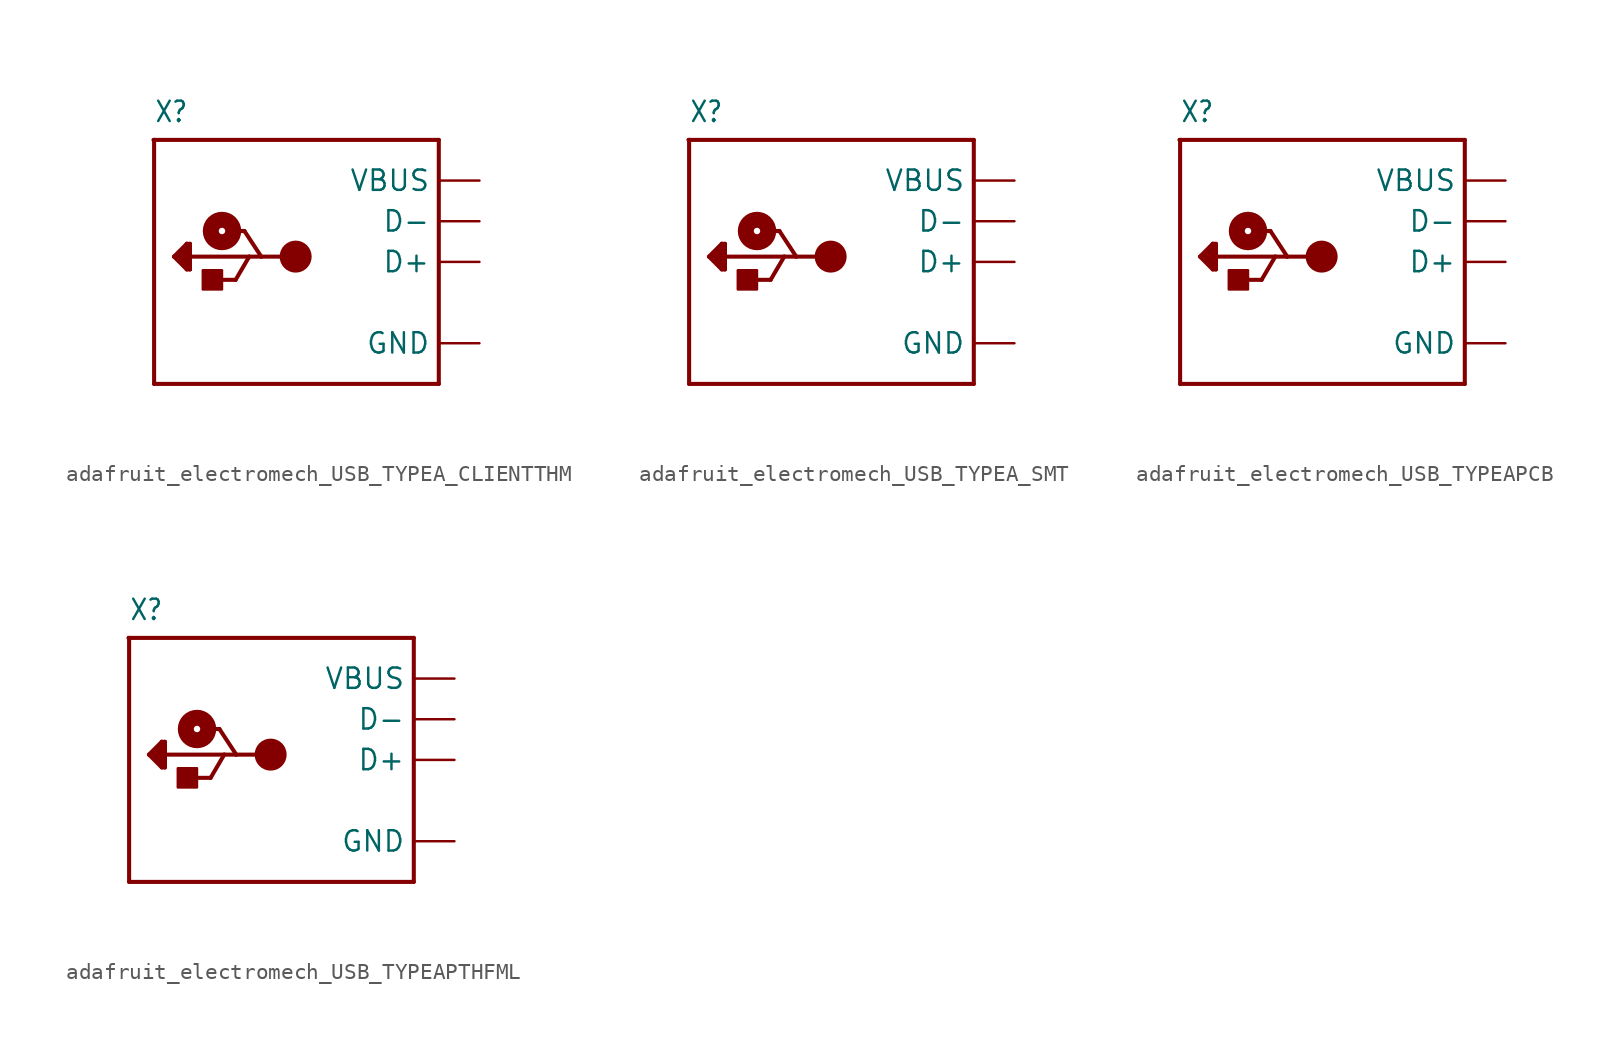
<source format=kicad_sym>
(kicad_symbol_lib
  (version 20231120)
  (generator "kicad_symbol_editor")
  (generator_version "8.0")
  (symbol "adafruit_electromech_USB_TYPEA_CLIENTTHM"
    (property "Reference" "X"
      (at -10.16 8.636 0)
      (effects (font (size 1.27 1.079)) (justify left bottom)))
    (property "Value" ""
      (at -10.16 -10.16 0)
      (effects (font (size 1.27 1.079)) (justify left bottom)))
    (property "ki_locked" ""
      (at 0 0 0)
      (effects (font (size 1.27 1.27))))
    (symbol "adafruit_electromech_USB_TYPEA_CLIENTTHM_1_0"
      (rectangle (start -7.12 -1.72) (end -5.92 -0.52) (stroke (width 0) (type default)) (fill (type outline)))
      (circle (center -5.92 1.93) (radius 0.2) (stroke (width 1) (type solid)) (fill (type none)))
      (circle (center -1.32 0.33) (radius 0.5) (stroke (width 1) (type solid)) (fill (type none)))
      (polyline (pts (xy -10.2 7.62) (xy -10.16 7.62)) (stroke (width 0.254) (type solid)) (fill (type none)))
      (polyline (pts (xy -10.16 -7.62) (xy 7.62 -7.62)) (stroke (width 0.254) (type solid)) (fill (type none)))
      (polyline (pts (xy -10.16 7.62) (xy -10.16 -7.62)) (stroke (width 0.254) (type solid)) (fill (type none)))
      (polyline (pts (xy -10.16 7.62) (xy 7.62 7.62)) (stroke (width 0.254) (type solid)) (fill (type none)))
      (polyline (pts (xy -8.92 0.33) (xy -8.12 1.13)) (stroke (width 0.254) (type solid)) (fill (type none)))
      (polyline (pts (xy -8.52 0.13) (xy -8.32 -0.07)) (stroke (width 0.254) (type solid)) (fill (type none)))
      (polyline (pts (xy -8.52 0.33) (xy -8.52 0.13)) (stroke (width 0.254) (type solid)) (fill (type none)))
      (polyline (pts (xy -8.32 -0.07) (xy -8.32 0.73)) (stroke (width 0.254) (type solid)) (fill (type none)))
      (polyline (pts (xy -8.32 0.73) (xy -8.72 0.33)) (stroke (width 0.254) (type solid)) (fill (type none)))
      (polyline (pts (xy -8.12 -0.47) (xy -8.92 0.33)) (stroke (width 0.254) (type solid)) (fill (type none)))
      (polyline (pts (xy -8.12 -0.27) (xy -8.12 1.13)) (stroke (width 0.254) (type solid)) (fill (type none)))
      (polyline (pts (xy -8.12 1.13) (xy -7.92 1.13)) (stroke (width 0.254) (type solid)) (fill (type none)))
      (polyline (pts (xy -7.92 -0.47) (xy -8.12 -0.47)) (stroke (width 0.254) (type solid)) (fill (type none)))
      (polyline (pts (xy -7.92 0.33) (xy -7.92 -0.47)) (stroke (width 0.254) (type solid)) (fill (type none)))
      (polyline (pts (xy -7.92 1.13) (xy -7.92 0.33)) (stroke (width 0.254) (type solid)) (fill (type none)))
      (polyline (pts (xy -6.27 -1.12) (xy -5.07 -1.12)) (stroke (width 0.254) (type solid)) (fill (type none)))
      (polyline (pts (xy -5.52 1.93) (xy -4.52 1.93)) (stroke (width 0.254) (type solid)) (fill (type none)))
      (polyline (pts (xy -5.07 -1.12) (xy -4.22 0.33)) (stroke (width 0.254) (type solid)) (fill (type none)))
      (polyline (pts (xy -4.52 1.93) (xy -3.47 0.33)) (stroke (width 0.254) (type solid)) (fill (type none)))
      (polyline (pts (xy -4.22 0.33) (xy -7.92 0.33)) (stroke (width 0.254) (type solid)) (fill (type none)))
      (polyline (pts (xy -3.47 0.33) (xy -4.22 0.33)) (stroke (width 0.254) (type solid)) (fill (type none)))
      (polyline (pts (xy -1.32 0.33) (xy -3.47 0.33)) (stroke (width 0.254) (type solid)) (fill (type none)))
      (polyline (pts (xy 7.62 7.62) (xy 7.62 -7.62)) (stroke (width 0.254) (type solid)) (fill (type none)))
      (pin bidirectional line (at 10.16 0 180) (length 2.54) (name "D+" (effects (font (size 1.27 1.27)))) (number "D+" (effects (font (size 0 0)))))
      (pin bidirectional line (at 10.16 2.54 180) (length 2.54) (name "D-" (effects (font (size 1.27 1.27)))) (number "D-" (effects (font (size 0 0)))))
      (pin power_in line (at 10.16 -5.08 180) (length 2.54) (name "GND" (effects (font (size 1.27 1.27)))) (number "GND" (effects (font (size 0 0)))))
      (pin power_in line (at 10.16 5.08 180) (length 2.54) (name "VBUS" (effects (font (size 1.27 1.27)))) (number "VBUS" (effects (font (size 0 0)))))))
  (symbol "adafruit_electromech_USB_TYPEA_SMT"
    (property "Reference" "X"
      (at -10.16 8.636 0)
      (effects (font (size 1.27 1.079)) (justify left bottom)))
    (property "Value" ""
      (at -10.16 -10.16 0)
      (effects (font (size 1.27 1.079)) (justify left bottom)))
    (property "ki_locked" ""
      (at 0 0 0)
      (effects (font (size 1.27 1.27))))
    (symbol "adafruit_electromech_USB_TYPEA_SMT_1_0"
      (rectangle (start -7.12 -1.72) (end -5.92 -0.52) (stroke (width 0) (type default)) (fill (type outline)))
      (circle (center -5.92 1.93) (radius 0.2) (stroke (width 1) (type solid)) (fill (type none)))
      (circle (center -1.32 0.33) (radius 0.5) (stroke (width 1) (type solid)) (fill (type none)))
      (polyline (pts (xy -10.2 7.62) (xy -10.16 7.62)) (stroke (width 0.254) (type solid)) (fill (type none)))
      (polyline (pts (xy -10.16 -7.62) (xy 7.62 -7.62)) (stroke (width 0.254) (type solid)) (fill (type none)))
      (polyline (pts (xy -10.16 7.62) (xy -10.16 -7.62)) (stroke (width 0.254) (type solid)) (fill (type none)))
      (polyline (pts (xy -10.16 7.62) (xy 7.62 7.62)) (stroke (width 0.254) (type solid)) (fill (type none)))
      (polyline (pts (xy -8.92 0.33) (xy -8.12 1.13)) (stroke (width 0.254) (type solid)) (fill (type none)))
      (polyline (pts (xy -8.52 0.13) (xy -8.32 -0.07)) (stroke (width 0.254) (type solid)) (fill (type none)))
      (polyline (pts (xy -8.52 0.33) (xy -8.52 0.13)) (stroke (width 0.254) (type solid)) (fill (type none)))
      (polyline (pts (xy -8.32 -0.07) (xy -8.32 0.73)) (stroke (width 0.254) (type solid)) (fill (type none)))
      (polyline (pts (xy -8.32 0.73) (xy -8.72 0.33)) (stroke (width 0.254) (type solid)) (fill (type none)))
      (polyline (pts (xy -8.12 -0.47) (xy -8.92 0.33)) (stroke (width 0.254) (type solid)) (fill (type none)))
      (polyline (pts (xy -8.12 -0.27) (xy -8.12 1.13)) (stroke (width 0.254) (type solid)) (fill (type none)))
      (polyline (pts (xy -8.12 1.13) (xy -7.92 1.13)) (stroke (width 0.254) (type solid)) (fill (type none)))
      (polyline (pts (xy -7.92 -0.47) (xy -8.12 -0.47)) (stroke (width 0.254) (type solid)) (fill (type none)))
      (polyline (pts (xy -7.92 0.33) (xy -7.92 -0.47)) (stroke (width 0.254) (type solid)) (fill (type none)))
      (polyline (pts (xy -7.92 1.13) (xy -7.92 0.33)) (stroke (width 0.254) (type solid)) (fill (type none)))
      (polyline (pts (xy -6.27 -1.12) (xy -5.07 -1.12)) (stroke (width 0.254) (type solid)) (fill (type none)))
      (polyline (pts (xy -5.52 1.93) (xy -4.52 1.93)) (stroke (width 0.254) (type solid)) (fill (type none)))
      (polyline (pts (xy -5.07 -1.12) (xy -4.22 0.33)) (stroke (width 0.254) (type solid)) (fill (type none)))
      (polyline (pts (xy -4.52 1.93) (xy -3.47 0.33)) (stroke (width 0.254) (type solid)) (fill (type none)))
      (polyline (pts (xy -4.22 0.33) (xy -7.92 0.33)) (stroke (width 0.254) (type solid)) (fill (type none)))
      (polyline (pts (xy -3.47 0.33) (xy -4.22 0.33)) (stroke (width 0.254) (type solid)) (fill (type none)))
      (polyline (pts (xy -1.32 0.33) (xy -3.47 0.33)) (stroke (width 0.254) (type solid)) (fill (type none)))
      (polyline (pts (xy 7.62 7.62) (xy 7.62 -7.62)) (stroke (width 0.254) (type solid)) (fill (type none)))
      (pin bidirectional line (at 10.16 0 180) (length 2.54) (name "D+" (effects (font (size 1.27 1.27)))) (number "D+" (effects (font (size 0 0)))))
      (pin bidirectional line (at 10.16 2.54 180) (length 2.54) (name "D-" (effects (font (size 1.27 1.27)))) (number "D-" (effects (font (size 0 0)))))
      (pin power_in line (at 10.16 -5.08 180) (length 2.54) (name "GND" (effects (font (size 1.27 1.27)))) (number "GND" (effects (font (size 0 0)))))
      (pin power_in line (at 10.16 5.08 180) (length 2.54) (name "VBUS" (effects (font (size 1.27 1.27)))) (number "VBUS" (effects (font (size 0 0)))))))
  (symbol "adafruit_electromech_USB_TYPEAPCB"
    (property "Reference" "X"
      (at -10.16 8.636 0)
      (effects (font (size 1.27 1.079)) (justify left bottom)))
    (property "Value" ""
      (at -10.16 -10.16 0)
      (effects (font (size 1.27 1.079)) (justify left bottom)))
    (property "ki_locked" ""
      (at 0 0 0)
      (effects (font (size 1.27 1.27))))
    (symbol "adafruit_electromech_USB_TYPEAPCB_1_0"
      (rectangle (start -7.12 -1.72) (end -5.92 -0.52) (stroke (width 0) (type default)) (fill (type outline)))
      (circle (center -5.92 1.93) (radius 0.2) (stroke (width 1) (type solid)) (fill (type none)))
      (circle (center -1.32 0.33) (radius 0.5) (stroke (width 1) (type solid)) (fill (type none)))
      (polyline (pts (xy -10.2 7.62) (xy -10.16 7.62)) (stroke (width 0.254) (type solid)) (fill (type none)))
      (polyline (pts (xy -10.16 -7.62) (xy 7.62 -7.62)) (stroke (width 0.254) (type solid)) (fill (type none)))
      (polyline (pts (xy -10.16 7.62) (xy -10.16 -7.62)) (stroke (width 0.254) (type solid)) (fill (type none)))
      (polyline (pts (xy -10.16 7.62) (xy 7.62 7.62)) (stroke (width 0.254) (type solid)) (fill (type none)))
      (polyline (pts (xy -8.92 0.33) (xy -8.12 1.13)) (stroke (width 0.254) (type solid)) (fill (type none)))
      (polyline (pts (xy -8.52 0.13) (xy -8.32 -0.07)) (stroke (width 0.254) (type solid)) (fill (type none)))
      (polyline (pts (xy -8.52 0.33) (xy -8.52 0.13)) (stroke (width 0.254) (type solid)) (fill (type none)))
      (polyline (pts (xy -8.32 -0.07) (xy -8.32 0.73)) (stroke (width 0.254) (type solid)) (fill (type none)))
      (polyline (pts (xy -8.32 0.73) (xy -8.72 0.33)) (stroke (width 0.254) (type solid)) (fill (type none)))
      (polyline (pts (xy -8.12 -0.47) (xy -8.92 0.33)) (stroke (width 0.254) (type solid)) (fill (type none)))
      (polyline (pts (xy -8.12 -0.27) (xy -8.12 1.13)) (stroke (width 0.254) (type solid)) (fill (type none)))
      (polyline (pts (xy -8.12 1.13) (xy -7.92 1.13)) (stroke (width 0.254) (type solid)) (fill (type none)))
      (polyline (pts (xy -7.92 -0.47) (xy -8.12 -0.47)) (stroke (width 0.254) (type solid)) (fill (type none)))
      (polyline (pts (xy -7.92 0.33) (xy -7.92 -0.47)) (stroke (width 0.254) (type solid)) (fill (type none)))
      (polyline (pts (xy -7.92 1.13) (xy -7.92 0.33)) (stroke (width 0.254) (type solid)) (fill (type none)))
      (polyline (pts (xy -6.27 -1.12) (xy -5.07 -1.12)) (stroke (width 0.254) (type solid)) (fill (type none)))
      (polyline (pts (xy -5.52 1.93) (xy -4.52 1.93)) (stroke (width 0.254) (type solid)) (fill (type none)))
      (polyline (pts (xy -5.07 -1.12) (xy -4.22 0.33)) (stroke (width 0.254) (type solid)) (fill (type none)))
      (polyline (pts (xy -4.52 1.93) (xy -3.47 0.33)) (stroke (width 0.254) (type solid)) (fill (type none)))
      (polyline (pts (xy -4.22 0.33) (xy -7.92 0.33)) (stroke (width 0.254) (type solid)) (fill (type none)))
      (polyline (pts (xy -3.47 0.33) (xy -4.22 0.33)) (stroke (width 0.254) (type solid)) (fill (type none)))
      (polyline (pts (xy -1.32 0.33) (xy -3.47 0.33)) (stroke (width 0.254) (type solid)) (fill (type none)))
      (polyline (pts (xy 7.62 7.62) (xy 7.62 -7.62)) (stroke (width 0.254) (type solid)) (fill (type none)))
      (pin power_in line (at 10.16 -5.08 180) (length 2.54) (name "GND" (effects (font (size 1.27 1.27)))) (number "GND" (effects (font (size 0 0)))))
      (pin bidirectional line (at 10.16 2.54 180) (length 2.54) (name "D-" (effects (font (size 1.27 1.27)))) (number "USB_NEG" (effects (font (size 0 0)))))
      (pin bidirectional line (at 10.16 0 180) (length 2.54) (name "D+" (effects (font (size 1.27 1.27)))) (number "USB_PLUS" (effects (font (size 0 0)))))
      (pin power_in line (at 10.16 5.08 180) (length 2.54) (name "VBUS" (effects (font (size 1.27 1.27)))) (number "VCC" (effects (font (size 0 0)))))))
  (symbol "adafruit_electromech_USB_TYPEAPTHFML"
    (property "Reference" "X"
      (at -10.16 8.636 0)
      (effects (font (size 1.27 1.079)) (justify left bottom)))
    (property "Value" ""
      (at -10.16 -10.16 0)
      (effects (font (size 1.27 1.079)) (justify left bottom)))
    (property "ki_locked" ""
      (at 0 0 0)
      (effects (font (size 1.27 1.27))))
    (symbol "adafruit_electromech_USB_TYPEAPTHFML_1_0"
      (rectangle (start -7.12 -1.72) (end -5.92 -0.52) (stroke (width 0) (type default)) (fill (type outline)))
      (circle (center -5.92 1.93) (radius 0.2) (stroke (width 1) (type solid)) (fill (type none)))
      (circle (center -1.32 0.33) (radius 0.5) (stroke (width 1) (type solid)) (fill (type none)))
      (polyline (pts (xy -10.2 7.62) (xy -10.16 7.62)) (stroke (width 0.254) (type solid)) (fill (type none)))
      (polyline (pts (xy -10.16 -7.62) (xy 7.62 -7.62)) (stroke (width 0.254) (type solid)) (fill (type none)))
      (polyline (pts (xy -10.16 7.62) (xy -10.16 -7.62)) (stroke (width 0.254) (type solid)) (fill (type none)))
      (polyline (pts (xy -10.16 7.62) (xy 7.62 7.62)) (stroke (width 0.254) (type solid)) (fill (type none)))
      (polyline (pts (xy -8.92 0.33) (xy -8.12 1.13)) (stroke (width 0.254) (type solid)) (fill (type none)))
      (polyline (pts (xy -8.52 0.13) (xy -8.32 -0.07)) (stroke (width 0.254) (type solid)) (fill (type none)))
      (polyline (pts (xy -8.52 0.33) (xy -8.52 0.13)) (stroke (width 0.254) (type solid)) (fill (type none)))
      (polyline (pts (xy -8.32 -0.07) (xy -8.32 0.73)) (stroke (width 0.254) (type solid)) (fill (type none)))
      (polyline (pts (xy -8.32 0.73) (xy -8.72 0.33)) (stroke (width 0.254) (type solid)) (fill (type none)))
      (polyline (pts (xy -8.12 -0.47) (xy -8.92 0.33)) (stroke (width 0.254) (type solid)) (fill (type none)))
      (polyline (pts (xy -8.12 -0.27) (xy -8.12 1.13)) (stroke (width 0.254) (type solid)) (fill (type none)))
      (polyline (pts (xy -8.12 1.13) (xy -7.92 1.13)) (stroke (width 0.254) (type solid)) (fill (type none)))
      (polyline (pts (xy -7.92 -0.47) (xy -8.12 -0.47)) (stroke (width 0.254) (type solid)) (fill (type none)))
      (polyline (pts (xy -7.92 0.33) (xy -7.92 -0.47)) (stroke (width 0.254) (type solid)) (fill (type none)))
      (polyline (pts (xy -7.92 1.13) (xy -7.92 0.33)) (stroke (width 0.254) (type solid)) (fill (type none)))
      (polyline (pts (xy -6.27 -1.12) (xy -5.07 -1.12)) (stroke (width 0.254) (type solid)) (fill (type none)))
      (polyline (pts (xy -5.52 1.93) (xy -4.52 1.93)) (stroke (width 0.254) (type solid)) (fill (type none)))
      (polyline (pts (xy -5.07 -1.12) (xy -4.22 0.33)) (stroke (width 0.254) (type solid)) (fill (type none)))
      (polyline (pts (xy -4.52 1.93) (xy -3.47 0.33)) (stroke (width 0.254) (type solid)) (fill (type none)))
      (polyline (pts (xy -4.22 0.33) (xy -7.92 0.33)) (stroke (width 0.254) (type solid)) (fill (type none)))
      (polyline (pts (xy -3.47 0.33) (xy -4.22 0.33)) (stroke (width 0.254) (type solid)) (fill (type none)))
      (polyline (pts (xy -1.32 0.33) (xy -3.47 0.33)) (stroke (width 0.254) (type solid)) (fill (type none)))
      (polyline (pts (xy 7.62 7.62) (xy 7.62 -7.62)) (stroke (width 0.254) (type solid)) (fill (type none)))
      (pin bidirectional line (at 10.16 0 180) (length 2.54) (name "D+" (effects (font (size 1.27 1.27)))) (number "D+" (effects (font (size 0 0)))))
      (pin bidirectional line (at 10.16 2.54 180) (length 2.54) (name "D-" (effects (font (size 1.27 1.27)))) (number "D-" (effects (font (size 0 0)))))
      (pin power_in line (at 10.16 -5.08 180) (length 2.54) (name "GND" (effects (font (size 1.27 1.27)))) (number "GND" (effects (font (size 0 0)))))
      (pin power_in line (at 10.16 5.08 180) (length 2.54) (name "VBUS" (effects (font (size 1.27 1.27)))) (number "VBUS" (effects (font (size 0 0))))))))
</source>
